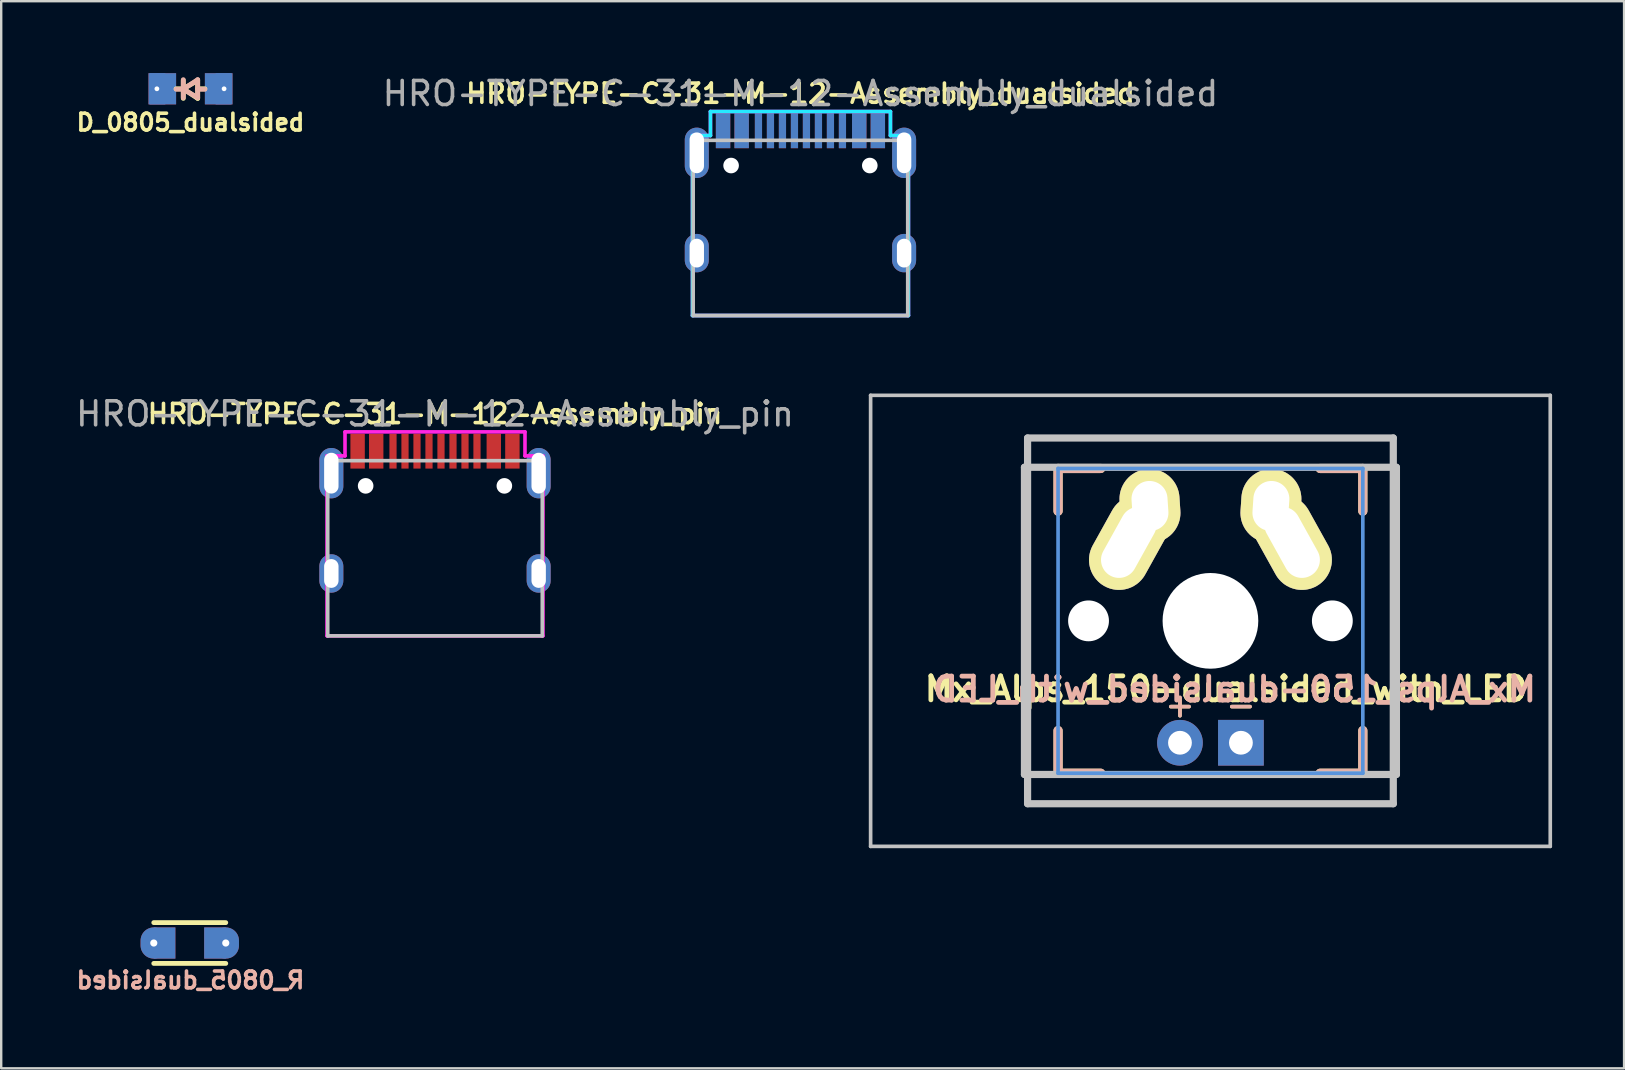
<source format=kicad_pcb>
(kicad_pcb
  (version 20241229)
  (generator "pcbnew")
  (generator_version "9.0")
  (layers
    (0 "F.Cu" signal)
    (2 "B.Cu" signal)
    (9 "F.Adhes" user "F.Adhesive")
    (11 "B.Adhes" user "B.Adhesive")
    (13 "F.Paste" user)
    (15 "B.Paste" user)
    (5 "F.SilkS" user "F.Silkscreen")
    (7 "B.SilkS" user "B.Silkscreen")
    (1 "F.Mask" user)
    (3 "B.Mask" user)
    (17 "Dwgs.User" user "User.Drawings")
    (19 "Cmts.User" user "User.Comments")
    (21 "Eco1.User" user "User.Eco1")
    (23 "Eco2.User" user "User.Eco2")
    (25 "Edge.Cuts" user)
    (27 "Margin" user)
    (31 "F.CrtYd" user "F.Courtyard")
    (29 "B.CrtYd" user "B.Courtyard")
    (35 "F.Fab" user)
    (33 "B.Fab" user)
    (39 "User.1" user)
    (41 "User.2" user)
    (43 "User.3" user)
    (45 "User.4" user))
  (footprint "Mx_Alps_150-dualsided_with_LED"
    (layer "F.Cu")
    (at 47.391 22.822)
    (property "Reference" "Mx_Alps_150-dualsided_with_LED" (at 0.66 2.84 0) (layer "F.SilkS") (effects (font (size 1 1) (thickness 0.2))))
    (attr through_hole)
    (fp_line (start -6.35 -6.35) (end -4.572 -6.35) (stroke (width 0.381) (type solid)) (layer "F.SilkS"))
    (fp_line (start -6.35 -4.572) (end -6.35 -6.35) (stroke (width 0.381) (type solid)) (layer "F.SilkS"))
    (fp_line (start -6.35 6.35) (end -6.35 4.572) (stroke (width 0.381) (type solid)) (layer "F.SilkS"))
    (fp_line (start -4.572 6.35) (end -6.35 6.35) (stroke (width 0.381) (type solid)) (layer "F.SilkS"))
    (fp_line (start 4.572 -6.35) (end 6.35 -6.35) (stroke (width 0.381) (type solid)) (layer "F.SilkS"))
    (fp_line (start 6.35 -6.35) (end 6.35 -4.572) (stroke (width 0.381) (type solid)) (layer "F.SilkS"))
    (fp_line (start 6.35 4.572) (end 6.35 6.35) (stroke (width 0.381) (type solid)) (layer "F.SilkS"))
    (fp_line (start 6.35 6.35) (end 4.572 6.35) (stroke (width 0.381) (type solid)) (layer "F.SilkS"))
    (fp_line (start -6.35 -6.35) (end -6.35 -4.572) (stroke (width 0.381) (type solid)) (layer "B.SilkS"))
    (fp_line (start -6.35 4.572) (end -6.35 6.35) (stroke (width 0.381) (type solid)) (layer "B.SilkS"))
    (fp_line (start -6.35 6.35) (end -4.572 6.35) (stroke (width 0.381) (type solid)) (layer "B.SilkS"))
    (fp_line (start -4.572 -6.35) (end -6.35 -6.35) (stroke (width 0.381) (type solid)) (layer "B.SilkS"))
    (fp_line (start 4.572 6.35) (end 6.35 6.35) (stroke (width 0.381) (type solid)) (layer "B.SilkS"))
    (fp_line (start 6.35 -6.35) (end 4.572 -6.35) (stroke (width 0.381) (type solid)) (layer "B.SilkS"))
    (fp_line (start 6.35 -4.572) (end 6.35 -6.35) (stroke (width 0.381) (type solid)) (layer "B.SilkS"))
    (fp_line (start 6.35 6.35) (end 6.35 4.572) (stroke (width 0.381) (type solid)) (layer "B.SilkS"))
    (fp_line (start -14.161 -9.398) (end 14.161 -9.398) (stroke (width 0.152) (type solid)) (layer "Dwgs.User"))
    (fp_line (start -14.161 9.398) (end -14.161 -9.398) (stroke (width 0.152) (type solid)) (layer "Dwgs.User"))
    (fp_line (start -7.75 6.4) (end -7.75 -6.4) (stroke (width 0.3) (type solid)) (layer "Dwgs.User"))
    (fp_line (start -7.75 6.4) (end 7.75 6.4) (stroke (width 0.3) (type solid)) (layer "Dwgs.User"))
    (fp_line (start -7.62 -7.62) (end 7.62 -7.62) (stroke (width 0.3) (type solid)) (layer "Dwgs.User"))
    (fp_line (start -7.62 7.62) (end -7.62 -7.62) (stroke (width 0.3) (type solid)) (layer "Dwgs.User"))
    (fp_line (start 7.62 -7.62) (end 7.62 7.62) (stroke (width 0.3) (type solid)) (layer "Dwgs.User"))
    (fp_line (start 7.62 7.62) (end -7.62 7.62) (stroke (width 0.3) (type solid)) (layer "Dwgs.User"))
    (fp_line (start 7.75 -6.4) (end -7.75 -6.4) (stroke (width 0.3) (type solid)) (layer "Dwgs.User"))
    (fp_line (start 7.75 6.4) (end 7.75 -6.4) (stroke (width 0.3) (type solid)) (layer "Dwgs.User"))
    (fp_line (start 14.161 -9.398) (end 14.161 9.398) (stroke (width 0.152) (type solid)) (layer "Dwgs.User"))
    (fp_line (start 14.161 9.398) (end -14.161 9.398) (stroke (width 0.152) (type solid)) (layer "Dwgs.User"))
    (fp_line (start -6.35 -6.35) (end 6.35 -6.35) (stroke (width 0.152) (type solid)) (layer "Cmts.User"))
    (fp_line (start -6.35 6.35) (end -6.35 -6.35) (stroke (width 0.152) (type solid)) (layer "Cmts.User"))
    (fp_line (start 6.35 -6.35) (end 6.35 6.35) (stroke (width 0.152) (type solid)) (layer "Cmts.User"))
    (fp_line (start 6.35 6.35) (end -6.35 6.35) (stroke (width 0.152) (type solid)) (layer "Cmts.User"))
    (fp_line (start -6.985 6.985) (end -6.985 -6.985) (stroke (width 0.152) (type solid)) (layer "Eco2.User"))
    (fp_line (start -6.985 -6.985) (end 6.985 -6.985) (stroke (width 0.152) (type solid)) (layer "Eco2.User"))
    (fp_line (start 6.985 6.985) (end -6.985 6.985) (stroke (width 0.152) (type solid)) (layer "Eco2.User"))
    (fp_line (start 6.985 -6.985) (end 6.985 6.985) (stroke (width 0.152) (type solid)) (layer "Eco2.User"))
    (fp_text user "-" (at 1.27 3.5 0) (layer "F.SilkS") (effects (font (size 1 1) (thickness 0.15))))
    (fp_text user "+" (at -1.27 3.5 0) (layer "F.SilkS") (effects (font (size 1 1) (thickness 0.15))))
    (fp_text user "+" (at -1.27 3.5 0) (layer "B.SilkS") (effects (font (size 1 1) (thickness 0.15))))
    (fp_text user "${REFERENCE}" (at 1 2.85 0) (layer "B.SilkS") (effects (font (size 1 1) (thickness 0.2)) (justify mirror)))
    (fp_text user "-" (at 1.27 3.5 0) (layer "B.SilkS") (effects (font (size 1 1) (thickness 0.15))))
    (pad "" np_thru_hole circle (at -5.08 0) (size 1.702 1.702) (drill 1.702) (layers "*.Cu"))
    (pad "" np_thru_hole circle (at 0 0) (size 3.988 3.988) (drill 3.988) (layers "*.Cu"))
    (pad "" np_thru_hole circle (at 5.08 0) (size 1.702 1.702) (drill 1.702) (layers "*.Cu"))
    (pad "1" thru_hole oval (at -3.405 -3.27 330.95) (size 2.5 4.17) (drill oval 1.5 3.17) (layers "*.Cu" "*.Mask" "F.SilkS"))
    (pad "1" thru_hole oval (at -2.52 -4.79 3.9) (size 2.5 3.08) (drill oval 1.5 2.08) (layers "*.Cu" "*.Mask" "F.SilkS"))
    (pad "2" thru_hole oval (at 2.52 -4.79 356.1) (size 2.5 3.08) (drill oval 1.5 2.08) (layers "*.Cu" "*.Mask" "F.SilkS"))
    (pad "2" thru_hole oval (at 3.405 -3.27 29.05) (size 2.5 4.17) (drill oval 1.5 3.17) (layers "*.Cu" "*.Mask" "F.SilkS"))
    (pad "3" thru_hole circle (at -1.27 5.08) (size 1.905 1.905) (drill 0.991) (layers "*.Cu" "*.Mask"))
    (pad "4" thru_hole rect (at 1.27 5.08) (size 1.905 1.905) (drill 0.991) (layers "*.Cu" "*.Mask")))
  (footprint "HRO-TYPE-C-31-M-12-Assembly_dualsided"
    (layer "F.Cu")
    (at 30.306 10.098)
    (property "Reference" "HRO-TYPE-C-31-M-12-Assembly_dualsided" (at 0 -9.25 180) (layer "F.SilkS") (effects (font (size 0.8 0.8) (thickness 0.15))))
    (attr smd)
    (fp_line (start -4.47 -7.3) (end 4.47 -7.3) (stroke (width 0.15) (type solid)) (layer "Dwgs.User"))
    (fp_line (start -4.47 0) (end -4.47 -7.3) (stroke (width 0.15) (type solid)) (layer "Dwgs.User"))
    (fp_line (start -4.47 0) (end 4.47 0) (stroke (width 0.15) (type solid)) (layer "Dwgs.User"))
    (fp_line (start 4.47 0) (end 4.47 -7.3) (stroke (width 0.15) (type solid)) (layer "Dwgs.User"))
    (fp_line (start -4.5 -7.5) (end -4.5 0) (stroke (width 0.15) (type solid)) (layer "B.CrtYd"))
    (fp_line (start -4.5 -7.5) (end -3.75 -7.5) (stroke (width 0.15) (type solid)) (layer "B.CrtYd"))
    (fp_line (start -4.5 0) (end 4.5 0) (stroke (width 0.15) (type solid)) (layer "B.CrtYd"))
    (fp_line (start -3.75 -8.5) (end -3.75 -7.5) (stroke (width 0.15) (type solid)) (layer "B.CrtYd"))
    (fp_line (start 3.75 -8.5) (end -3.75 -8.5) (stroke (width 0.15) (type solid)) (layer "B.CrtYd"))
    (fp_line (start 3.75 -7.5) (end 3.75 -8.5) (stroke (width 0.15) (type solid)) (layer "B.CrtYd"))
    (fp_line (start 4.5 -7.5) (end 3.75 -7.5) (stroke (width 0.15) (type solid)) (layer "B.CrtYd"))
    (fp_line (start 4.5 0) (end 4.5 -7.5) (stroke (width 0.15) (type solid)) (layer "B.CrtYd"))
    (fp_line (start -4.5 -7.5) (end -3.75 -7.5) (stroke (width 0.15) (type solid)) (layer "F.CrtYd"))
    (fp_line (start -4.5 0) (end -4.5 -7.5) (stroke (width 0.15) (type solid)) (layer "F.CrtYd"))
    (fp_line (start -3.75 -8.5) (end 3.75 -8.5) (stroke (width 0.15) (type solid)) (layer "F.CrtYd"))
    (fp_line (start -3.75 -7.5) (end -3.75 -8.5) (stroke (width 0.15) (type solid)) (layer "F.CrtYd"))
    (fp_line (start 3.75 -8.5) (end 3.75 -7.5) (stroke (width 0.15) (type solid)) (layer "F.CrtYd"))
    (fp_line (start 4.5 -7.5) (end 3.75 -7.5) (stroke (width 0.15) (type solid)) (layer "F.CrtYd"))
    (fp_line (start 4.5 -7.5) (end 4.5 0) (stroke (width 0.15) (type solid)) (layer "F.CrtYd"))
    (fp_line (start 4.5 0) (end -4.5 0) (stroke (width 0.15) (type solid)) (layer "F.CrtYd"))
    (fp_text user "${REFERENCE}" (at 0 -9.25 180) (layer "F.Fab") (effects (font (size 1 1) (thickness 0.15))))
    (pad "" np_thru_hole circle (at -2.89 -6.25) (size 0.65 0.65) (drill 0.65) (layers "*.Cu" "*.Mask"))
    (pad "" np_thru_hole circle (at 2.89 -6.25) (size 0.65 0.65) (drill 0.65) (layers "*.Cu" "*.Mask"))
    (pad "1" smd rect (at -3.225 -7.695) (size 0.6 1.45) (layers "F.Cu" "F.Mask" "F.Paste"))
    (pad "1" smd rect (at 3.225 -7.7) (size 0.6 1.45) (layers "B.Cu" "B.Mask" "B.Paste"))
    (pad "2" smd rect (at -2.45 -7.695) (size 0.6 1.45) (layers "F.Cu" "F.Mask" "F.Paste"))
    (pad "2" smd rect (at 2.45 -7.7) (size 0.6 1.45) (layers "B.Cu" "B.Mask" "B.Paste"))
    (pad "3" smd rect (at -1.75 -7.695) (size 0.3 1.45) (layers "F.Cu" "F.Mask" "F.Paste"))
    (pad "3" smd rect (at 1.75 -7.7) (size 0.3 1.45) (layers "B.Cu" "B.Mask" "B.Paste"))
    (pad "4" smd rect (at -1.25 -7.695) (size 0.3 1.45) (layers "F.Cu" "F.Mask" "F.Paste"))
    (pad "4" smd rect (at 1.25 -7.7) (size 0.3 1.45) (layers "B.Cu" "B.Mask" "B.Paste"))
    (pad "5" smd rect (at -0.75 -7.695) (size 0.3 1.45) (layers "F.Cu" "F.Mask" "F.Paste"))
    (pad "5" smd rect (at 0.75 -7.7) (size 0.3 1.45) (layers "B.Cu" "B.Mask" "B.Paste"))
    (pad "6" smd rect (at -0.25 -7.695) (size 0.3 1.45) (layers "F.Cu" "F.Mask" "F.Paste"))
    (pad "6" smd rect (at 0.25 -7.7) (size 0.3 1.45) (layers "B.Cu" "B.Mask" "B.Paste"))
    (pad "7" smd rect (at -0.25 -7.7) (size 0.3 1.45) (layers "B.Cu" "B.Mask" "B.Paste"))
    (pad "7" smd rect (at 0.25 -7.695) (size 0.3 1.45) (layers "F.Cu" "F.Mask" "F.Paste"))
    (pad "8" smd rect (at -0.75 -7.7) (size 0.3 1.45) (layers "B.Cu" "B.Mask" "B.Paste"))
    (pad "8" smd rect (at 0.75 -7.695) (size 0.3 1.45) (layers "F.Cu" "F.Mask" "F.Paste"))
    (pad "9" smd rect (at -1.25 -7.7) (size 0.3 1.45) (layers "B.Cu" "B.Mask" "B.Paste"))
    (pad "9" smd rect (at 1.25 -7.695) (size 0.3 1.45) (layers "F.Cu" "F.Mask" "F.Paste"))
    (pad "10" smd rect (at -1.75 -7.7) (size 0.3 1.45) (layers "B.Cu" "B.Mask" "B.Paste"))
    (pad "10" smd rect (at 1.75 -7.695) (size 0.3 1.45) (layers "F.Cu" "F.Mask" "F.Paste"))
    (pad "11" smd rect (at -2.45 -7.7) (size 0.6 1.45) (layers "B.Cu" "B.Mask" "B.Paste"))
    (pad "11" smd rect (at 2.45 -7.695) (size 0.6 1.45) (layers "F.Cu" "F.Mask" "F.Paste"))
    (pad "12" smd rect (at -3.225 -7.7) (size 0.6 1.45) (layers "B.Cu" "B.Mask" "B.Paste"))
    (pad "12" smd rect (at 3.225 -7.695) (size 0.6 1.45) (layers "F.Cu" "F.Mask" "F.Paste"))
    (pad "13" thru_hole oval (at -4.32 -6.78) (size 1 2.1) (drill oval 0.6 1.7) (layers "*.Cu" "*.Mask"))
    (pad "13" thru_hole oval (at -4.32 -2.6) (size 1 1.6) (drill oval 0.6 1.2) (layers "*.Cu" "*.Mask"))
    (pad "13" thru_hole oval (at 4.32 -6.78) (size 1 2.1) (drill oval 0.6 1.7) (layers "*.Cu" "*.Mask"))
    (pad "13" thru_hole oval (at 4.32 -2.6) (size 1 1.6) (drill oval 0.6 1.2) (layers "*.Cu" "*.Mask")))
  (footprint "R_0805_dualsided"
    (layer "F.Cu")
    (at 4.858 36.247)
    (property "Reference" "R_0805_dualsided" (at 0.03 1.55 180) (layer "B.SilkS") (effects (font (size 0.7 0.7) (thickness 0.15)) (justify mirror)))
    (attr smd)
    (fp_line (start -1.5 -0.85) (end 1.5 -0.85) (stroke (width 0.2) (type solid)) (layer "F.SilkS"))
    (fp_line (start -1.5 0.85) (end 1.5 0.85) (stroke (width 0.2) (type solid)) (layer "F.SilkS"))
    (pad "1" thru_hole oval (at -1.5 0) (size 1.1 1.3) (drill 0.3) (layers "*.Cu" "*.Mask"))
    (pad "1" smd rect (at -1.05 0) (size 0.9 1.3) (layers "F.Cu" "F.Mask" "F.Paste"))
    (pad "1" smd rect (at -1.05 0) (size 0.9 1.3) (layers "B.Cu" "B.Mask" "B.Paste"))
    (pad "2" smd rect (at 1.05 0) (size 0.9 1.3) (layers "F.Cu" "F.Mask" "F.Paste"))
    (pad "2" smd rect (at 1.05 0) (size 0.9 1.3) (layers "B.Cu" "B.Mask" "B.Paste"))
    (pad "2" thru_hole oval (at 1.5 0) (size 1.1 1.3) (drill 0.3) (layers "*.Cu" "*.Mask")))
  (footprint "D_0805_dualsided"
    (layer "F.Cu")
    (at 4.888 0.65)
    (property "Reference" "D_0805_dualsided" (at 0 1.4 0) (layer "F.SilkS") (effects (font (size 0.7 0.7) (thickness 0.15))))
    (attr smd)
    (fp_line (start -0.3 -0.35) (end -0.3 0.4) (stroke (width 0.2) (type solid)) (layer "F.SilkS"))
    (fp_line (start -0.3 0) (end -0.6 0) (stroke (width 0.2) (type solid)) (layer "F.SilkS"))
    (fp_line (start -0.3 0) (end 0.3 -0.35) (stroke (width 0.2) (type solid)) (layer "F.SilkS"))
    (fp_line (start 0.3 -0.35) (end 0.3 0.4) (stroke (width 0.2) (type solid)) (layer "F.SilkS"))
    (fp_line (start 0.3 0) (end 0.6 0) (stroke (width 0.2) (type solid)) (layer "F.SilkS"))
    (fp_line (start 0.3 0.4) (end -0.3 0) (stroke (width 0.2) (type solid)) (layer "F.SilkS"))
    (fp_line (start -0.3 0.02) (end -0.6 0.02) (stroke (width 0.2) (type solid)) (layer "B.SilkS"))
    (fp_line (start -0.3 0.02) (end 0.3 0.37) (stroke (width 0.2) (type solid)) (layer "B.SilkS"))
    (fp_line (start -0.3 0.37) (end -0.3 -0.38) (stroke (width 0.2) (type solid)) (layer "B.SilkS"))
    (fp_line (start 0.3 -0.38) (end -0.3 0.02) (stroke (width 0.2) (type solid)) (layer "B.SilkS"))
    (fp_line (start 0.3 0.02) (end 0.6 0.02) (stroke (width 0.2) (type solid)) (layer "B.SilkS"))
    (fp_line (start 0.3 0.37) (end 0.3 -0.38) (stroke (width 0.2) (type solid)) (layer "B.SilkS"))
    (pad "1" thru_hole rect (at -1.4 0) (size 0.7 1.3) (drill 0.2) (layers "*.Cu" "*.Paste" "*.Mask"))
    (pad "1" smd rect (at -1.15 0) (size 1.1 1.3) (layers "F.Cu" "F.Mask" "F.Paste"))
    (pad "1" smd rect (at -1.15 0) (size 1.1 1.3) (layers "B.Cu" "B.Mask" "B.Paste"))
    (pad "2" smd rect (at 1.15 0) (size 1.1 1.3) (layers "F.Cu" "F.Mask" "F.Paste"))
    (pad "2" smd rect (at 1.15 0) (size 1.1 1.3) (layers "B.Cu" "B.Mask" "B.Paste"))
    (pad "2" thru_hole rect (at 1.4 0) (size 0.7 1.3) (drill 0.2) (layers "*.Cu" "*.Paste" "*.Mask")))
  (footprint "HRO-TYPE-C-31-M-12-Assembly_pin"
    (layer "F.Cu")
    (at 15.077 23.447)
    (property "Reference" "HRO-TYPE-C-31-M-12-Assembly_pin" (at 0 -9.25 180) (layer "F.SilkS") (effects (font (size 0.8 0.8) (thickness 0.15))))
    (attr smd)
    (fp_line (start -4.47 -7.3) (end 4.47 -7.3) (stroke (width 0.15) (type solid)) (layer "Dwgs.User"))
    (fp_line (start -4.47 0) (end -4.47 -7.3) (stroke (width 0.15) (type solid)) (layer "Dwgs.User"))
    (fp_line (start -4.47 0) (end 4.47 0) (stroke (width 0.15) (type solid)) (layer "Dwgs.User"))
    (fp_line (start 4.47 0) (end 4.47 -7.3) (stroke (width 0.15) (type solid)) (layer "Dwgs.User"))
    (fp_line (start -4.5 -7.5) (end -3.75 -7.5) (stroke (width 0.15) (type solid)) (layer "F.CrtYd"))
    (fp_line (start -4.5 0) (end -4.5 -7.5) (stroke (width 0.15) (type solid)) (layer "F.CrtYd"))
    (fp_line (start -3.75 -8.5) (end 3.75 -8.5) (stroke (width 0.15) (type solid)) (layer "F.CrtYd"))
    (fp_line (start -3.75 -7.5) (end -3.75 -8.5) (stroke (width 0.15) (type solid)) (layer "F.CrtYd"))
    (fp_line (start 3.75 -8.5) (end 3.75 -7.5) (stroke (width 0.15) (type solid)) (layer "F.CrtYd"))
    (fp_line (start 4.5 -7.5) (end 3.75 -7.5) (stroke (width 0.15) (type solid)) (layer "F.CrtYd"))
    (fp_line (start 4.5 -7.5) (end 4.5 0) (stroke (width 0.15) (type solid)) (layer "F.CrtYd"))
    (fp_line (start 4.5 0) (end -4.5 0) (stroke (width 0.15) (type solid)) (layer "F.CrtYd"))
    (fp_text user "${REFERENCE}" (at 0 -9.25 180) (layer "F.Fab") (effects (font (size 1 1) (thickness 0.15))))
    (pad "" np_thru_hole circle (at -2.89 -6.25) (size 0.65 0.65) (drill 0.65) (layers "*.Cu" "*.Mask"))
    (pad "" np_thru_hole circle (at 2.89 -6.25) (size 0.65 0.65) (drill 0.65) (layers "*.Cu" "*.Mask"))
    (pad "1" smd rect (at -3.225 -7.695) (size 0.6 1.45) (layers "F.Cu" "F.Mask" "F.Paste"))
    (pad "2" smd rect (at -2.45 -7.695) (size 0.6 1.45) (layers "F.Cu" "F.Mask" "F.Paste"))
    (pad "3" smd rect (at -1.75 -7.695) (size 0.3 1.45) (layers "F.Cu" "F.Mask" "F.Paste"))
    (pad "4" smd rect (at -1.25 -7.695) (size 0.3 1.45) (layers "F.Cu" "F.Mask" "F.Paste"))
    (pad "5" smd rect (at -0.75 -7.695) (size 0.3 1.45) (layers "F.Cu" "F.Mask" "F.Paste"))
    (pad "6" smd rect (at -0.25 -7.695) (size 0.3 1.45) (layers "F.Cu" "F.Mask" "F.Paste"))
    (pad "7" smd rect (at 0.25 -7.695) (size 0.3 1.45) (layers "F.Cu" "F.Mask" "F.Paste"))
    (pad "8" smd rect (at 0.75 -7.695) (size 0.3 1.45) (layers "F.Cu" "F.Mask" "F.Paste"))
    (pad "9" smd rect (at 1.25 -7.695) (size 0.3 1.45) (layers "F.Cu" "F.Mask" "F.Paste"))
    (pad "10" smd rect (at 1.75 -7.695) (size 0.3 1.45) (layers "F.Cu" "F.Mask" "F.Paste"))
    (pad "11" smd rect (at 2.45 -7.695) (size 0.6 1.45) (layers "F.Cu" "F.Mask" "F.Paste"))
    (pad "12" smd rect (at 3.225 -7.695) (size 0.6 1.45) (layers "F.Cu" "F.Mask" "F.Paste"))
    (pad "13" thru_hole oval (at -4.32 -6.78) (size 1 2.1) (drill oval 0.6 1.7) (layers "*.Cu" "*.Mask"))
    (pad "13" thru_hole oval (at -4.32 -2.6) (size 1 1.6) (drill oval 0.6 1.2) (layers "*.Cu" "*.Mask"))
    (pad "13" thru_hole oval (at 4.32 -6.78) (size 1 2.1) (drill oval 0.6 1.7) (layers "*.Cu" "*.Mask"))
    (pad "13" thru_hole oval (at 4.32 -2.6) (size 1 1.6) (drill oval 0.6 1.2) (layers "*.Cu" "*.Mask")))
  (gr_rect
    (start -3 -3)
    (end 64.628 41.469)
    (stroke (width 0.1) (type default))
    (fill no)
    (layer "Edge.Cuts")))
</source>
